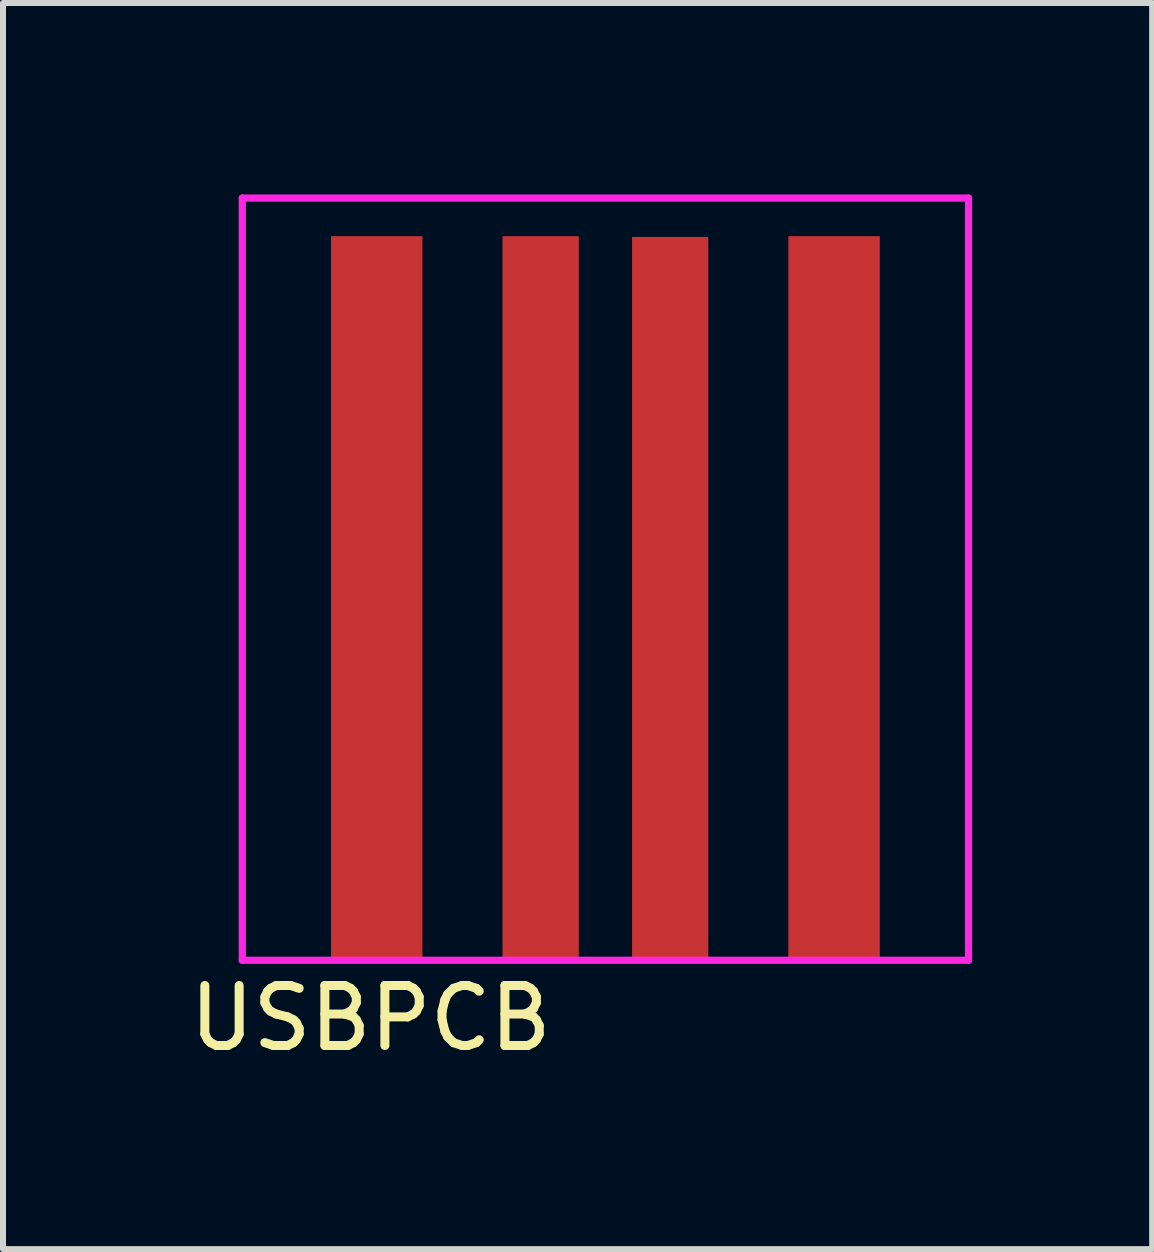
<source format=kicad_pcb>
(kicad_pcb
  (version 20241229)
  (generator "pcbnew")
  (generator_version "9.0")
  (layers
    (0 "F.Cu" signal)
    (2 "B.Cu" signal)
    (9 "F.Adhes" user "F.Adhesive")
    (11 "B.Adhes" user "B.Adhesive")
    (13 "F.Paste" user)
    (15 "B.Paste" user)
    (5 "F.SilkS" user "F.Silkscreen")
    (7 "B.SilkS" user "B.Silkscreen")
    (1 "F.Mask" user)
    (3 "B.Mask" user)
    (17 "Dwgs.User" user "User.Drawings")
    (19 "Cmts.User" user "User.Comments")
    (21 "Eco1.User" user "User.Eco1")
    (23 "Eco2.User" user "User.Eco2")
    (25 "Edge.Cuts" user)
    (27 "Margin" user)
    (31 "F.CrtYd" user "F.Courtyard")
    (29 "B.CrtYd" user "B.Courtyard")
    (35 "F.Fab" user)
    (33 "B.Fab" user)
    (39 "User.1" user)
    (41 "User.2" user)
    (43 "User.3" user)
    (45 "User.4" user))
  (footprint "USBPCB"
    (layer "F.Cu")
    (at 7.037 0.25)
    (property "Reference" "USBPCB" (at -3.912 13.665 0) (layer "F.SilkS") (effects (font (size 1 1) (thickness 0.15))))
    (attr through_hole)
    (fp_line (start -6.05 0) (end -6.05 12.7) (stroke (width 0.12) (type solid)) (layer "F.CrtYd"))
    (fp_line (start -6.05 0) (end 6.05 0) (stroke (width 0.12) (type solid)) (layer "F.CrtYd"))
    (fp_line (start -6.05 12.7) (end 6.05 12.7) (stroke (width 0.12) (type solid)) (layer "F.CrtYd"))
    (fp_line (start 6.05 0) (end 6.05 12.7) (stroke (width 0.12) (type solid)) (layer "F.CrtYd"))
    (pad "1" smd rect (at -3.81 6.685) (size 1.524 12.1) (layers "F.Cu" "F.Mask" "F.Paste"))
    (pad "2" smd rect (at -1.079 6.668) (size 1.27 12.065) (layers "F.Cu" "F.Mask" "F.Paste"))
    (pad "3" smd rect (at 1.079 6.68) (size 1.27 12.065) (layers "F.Cu" "F.Mask" "F.Paste"))
    (pad "4" smd rect (at 3.81 6.685) (size 1.524 12.1) (layers "F.Cu" "F.Mask" "F.Paste")))
  (gr_rect
    (start -3 -3)
    (end 16.147 17.763)
    (stroke (width 0.1) (type default))
    (fill no)
    (layer "Edge.Cuts")))
</source>
